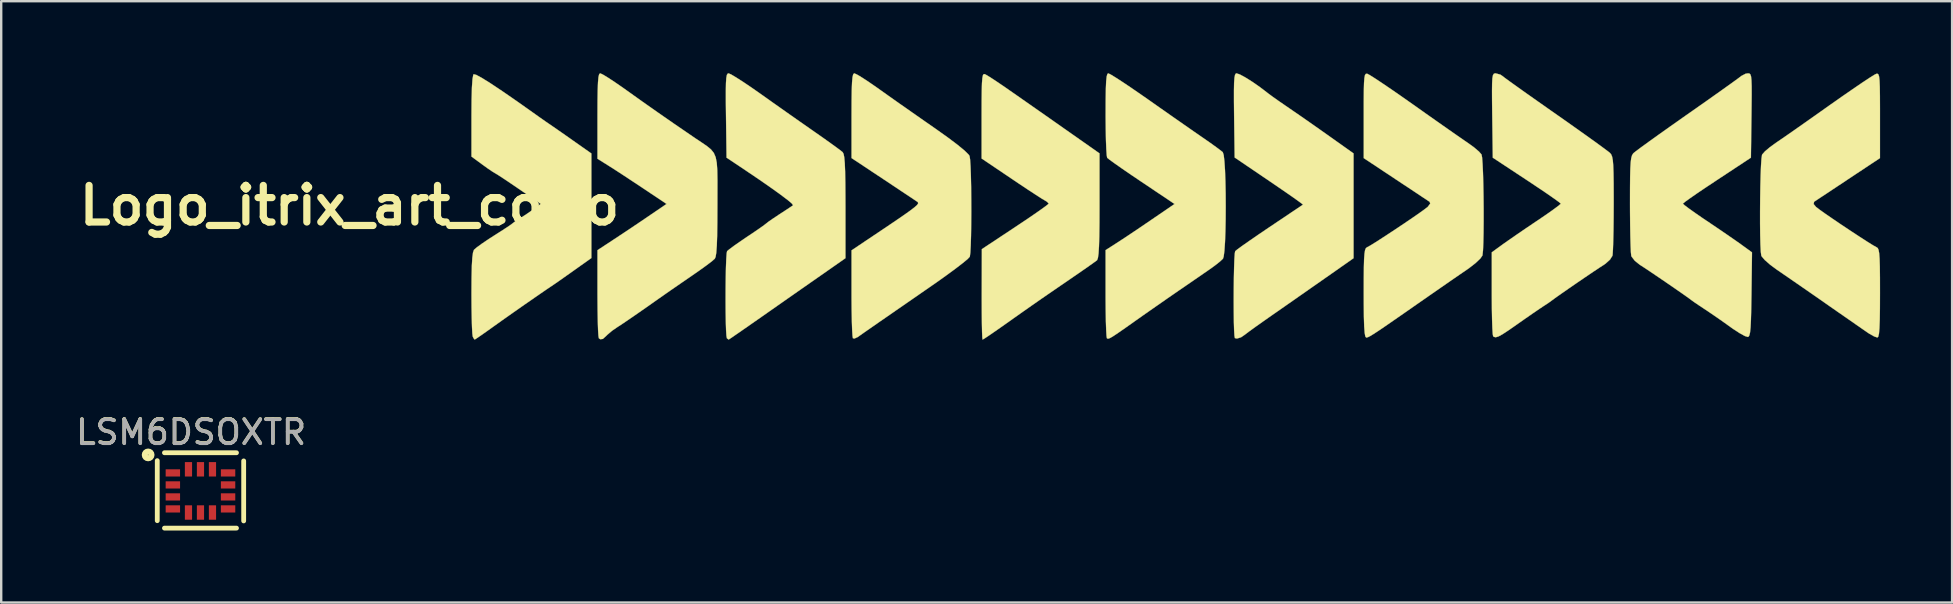
<source format=kicad_pcb>
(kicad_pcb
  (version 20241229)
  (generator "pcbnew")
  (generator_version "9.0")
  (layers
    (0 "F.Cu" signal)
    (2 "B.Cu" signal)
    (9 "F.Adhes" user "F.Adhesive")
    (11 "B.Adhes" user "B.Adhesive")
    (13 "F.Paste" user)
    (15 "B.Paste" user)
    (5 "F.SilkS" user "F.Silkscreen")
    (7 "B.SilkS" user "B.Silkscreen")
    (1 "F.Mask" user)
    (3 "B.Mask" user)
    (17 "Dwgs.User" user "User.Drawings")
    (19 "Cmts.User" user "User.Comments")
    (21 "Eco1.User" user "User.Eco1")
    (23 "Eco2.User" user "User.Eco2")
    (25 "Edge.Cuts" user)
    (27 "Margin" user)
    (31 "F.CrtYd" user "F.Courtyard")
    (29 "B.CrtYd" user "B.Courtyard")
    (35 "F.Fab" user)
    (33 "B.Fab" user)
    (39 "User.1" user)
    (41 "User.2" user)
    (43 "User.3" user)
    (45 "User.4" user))
  (footprint "Logo_itrix_art_corto"
    (layer "F.Cu")
    (at 11.51 5.508)
    (property "Reference" "Logo_itrix_art_corto" (at 0 0 0) (layer "F.SilkS") (effects (font (size 1.524 1.524) (thickness 0.3))))
    (attr through_hole)
    (fp_poly (pts (xy 37.091 -5.455) (xy 37.326 -5.328) (xy 37.618 -5.144) (xy 37.927 -4.928) (xy 38.111 -4.789) (xy 38.277 -4.66) (xy 38.456 -4.528) (xy 38.681 -4.369) (xy 38.984 -4.16) (xy 39.332 -3.921) (xy 39.639 -3.71) (xy 40.033 -3.435) (xy 40.463 -3.133) (xy 40.877 -2.84) (xy 41.825 -2.167) (xy 41.825 2.198) (xy 40.645 3.025) (xy 40.145 3.374) (xy 39.592 3.761) (xy 39.042 4.145) (xy 38.556 4.484) (xy 38.429 4.572) (xy 38.058 4.832) (xy 37.733 5.062) (xy 37.481 5.244) (xy 37.33 5.358) (xy 37.302 5.381) (xy 37.138 5.493) (xy 36.969 5.545) (xy 36.881 5.526) (xy 36.863 5.426) (xy 36.849 5.188) (xy 36.839 4.842) (xy 36.834 4.42) (xy 36.832 3.952) (xy 36.834 3.468) (xy 36.84 3) (xy 36.849 2.579) (xy 36.861 2.235) (xy 36.877 2) (xy 36.895 1.904) (xy 36.982 1.833) (xy 37.187 1.683) (xy 37.488 1.472) (xy 37.862 1.214) (xy 38.287 0.927) (xy 38.339 0.892) (xy 39.721 -0.036) (xy 39.488 -0.208) (xy 39.341 -0.313) (xy 39.082 -0.493) (xy 38.742 -0.727) (xy 38.348 -0.996) (xy 38.064 -1.189) (xy 36.872 -1.997) (xy 36.849 -3.75) (xy 36.843 -4.346) (xy 36.843 -4.793) (xy 36.849 -5.111) (xy 36.864 -5.321) (xy 36.888 -5.442) (xy 36.923 -5.496) (xy 36.951 -5.503) (xy 37.091 -5.455)) (stroke (width 0.01) (type solid)) (fill yes) (layer "F.SilkS"))
    (fp_poly (pts (xy 26.466 -5.47) (xy 26.585 -5.403) (xy 26.81 -5.26) (xy 27.11 -5.059) (xy 27.454 -4.823) (xy 27.48 -4.804) (xy 27.784 -4.592) (xy 28.032 -4.419) (xy 28.25 -4.267) (xy 28.463 -4.118) (xy 28.697 -3.954) (xy 28.979 -3.757) (xy 29.334 -3.508) (xy 29.788 -3.189) (xy 30.078 -2.986) (xy 31.242 -2.169) (xy 31.242 0.013) (xy 31.24 0.727) (xy 31.233 1.287) (xy 31.22 1.707) (xy 31.202 2.002) (xy 31.176 2.187) (xy 31.143 2.277) (xy 31.136 2.285) (xy 31.03 2.363) (xy 30.813 2.517) (xy 30.514 2.726) (xy 30.161 2.969) (xy 30.057 3.041) (xy 29.535 3.398) (xy 29.113 3.688) (xy 28.751 3.938) (xy 28.409 4.176) (xy 28.047 4.43) (xy 27.625 4.728) (xy 27.366 4.912) (xy 27.017 5.157) (xy 26.72 5.363) (xy 26.499 5.511) (xy 26.382 5.583) (xy 26.371 5.588) (xy 26.36 5.507) (xy 26.35 5.281) (xy 26.343 4.934) (xy 26.338 4.49) (xy 26.336 3.972) (xy 26.336 3.704) (xy 26.341 1.82) (xy 27.733 0.899) (xy 28.16 0.614) (xy 28.534 0.359) (xy 28.833 0.15) (xy 29.037 0.001) (xy 29.124 -0.072) (xy 29.125 -0.076) (xy 29.059 -0.151) (xy 28.958 -0.213) (xy 28.834 -0.286) (xy 28.597 -0.438) (xy 28.274 -0.649) (xy 27.89 -0.904) (xy 27.561 -1.126) (xy 26.331 -1.955) (xy 26.331 -3.738) (xy 26.332 -4.333) (xy 26.337 -4.779) (xy 26.346 -5.096) (xy 26.362 -5.303) (xy 26.385 -5.421) (xy 26.418 -5.471) (xy 26.462 -5.471) (xy 26.466 -5.47)) (stroke (width 0.01) (type solid)) (fill yes) (layer "F.SilkS"))
    (fp_poly (pts (xy 10.548 -5.456) (xy 10.762 -5.327) (xy 11.057 -5.133) (xy 11.404 -4.893) (xy 11.521 -4.81) (xy 12.177 -4.342) (xy 12.827 -3.885) (xy 13.517 -3.406) (xy 14.296 -2.873) (xy 14.398 -2.803) (xy 14.679 -2.616) (xy 14.896 -2.467) (xy 15.059 -2.332) (xy 15.175 -2.188) (xy 15.252 -2.011) (xy 15.298 -1.778) (xy 15.32 -1.463) (xy 15.327 -1.045) (xy 15.326 -0.498) (xy 15.325 -0.001) (xy 15.322 0.708) (xy 15.314 1.262) (xy 15.3 1.676) (xy 15.279 1.964) (xy 15.25 2.142) (xy 15.219 2.215) (xy 15.11 2.313) (xy 14.892 2.48) (xy 14.596 2.694) (xy 14.266 2.923) (xy 13.852 3.208) (xy 13.362 3.546) (xy 12.862 3.895) (xy 12.446 4.188) (xy 12.064 4.455) (xy 11.705 4.703) (xy 11.405 4.907) (xy 11.199 5.042) (xy 11.17 5.06) (xy 10.935 5.222) (xy 10.74 5.388) (xy 10.713 5.416) (xy 10.555 5.56) (xy 10.443 5.574) (xy 10.386 5.532) (xy 10.369 5.434) (xy 10.354 5.192) (xy 10.342 4.832) (xy 10.334 4.38) (xy 10.33 3.861) (xy 10.329 3.669) (xy 10.329 1.864) (xy 11.028 1.405) (xy 11.427 1.141) (xy 11.886 0.834) (xy 12.326 0.537) (xy 12.466 0.442) (xy 13.206 -0.062) (xy 12.255 -0.698) (xy 11.849 -0.967) (xy 11.445 -1.234) (xy 11.087 -1.467) (xy 10.822 -1.636) (xy 10.816 -1.64) (xy 10.329 -1.945) (xy 10.329 -3.724) (xy 10.331 -4.337) (xy 10.338 -4.799) (xy 10.351 -5.129) (xy 10.37 -5.344) (xy 10.398 -5.462) (xy 10.436 -5.503) (xy 10.441 -5.503) (xy 10.548 -5.456)) (stroke (width 0.01) (type solid)) (fill yes) (layer "F.SilkS"))
    (fp_poly (pts (xy 5.279 -5.439) (xy 5.516 -5.311) (xy 5.878 -5.085) (xy 6.363 -4.762) (xy 6.967 -4.345) (xy 7.637 -3.871) (xy 7.909 -3.678) (xy 8.157 -3.504) (xy 8.297 -3.408) (xy 8.452 -3.302) (xy 8.707 -3.125) (xy 9.024 -2.904) (xy 9.292 -2.715) (xy 10.075 -2.165) (xy 10.075 2.19) (xy 9.377 2.686) (xy 9.059 2.911) (xy 8.776 3.111) (xy 8.566 3.257) (xy 8.494 3.306) (xy 8.179 3.518) (xy 7.769 3.801) (xy 7.303 4.123) (xy 6.824 4.458) (xy 6.374 4.775) (xy 5.993 5.047) (xy 5.986 5.052) (xy 5.682 5.269) (xy 5.431 5.444) (xy 5.265 5.557) (xy 5.212 5.588) (xy 5.161 5.522) (xy 5.131 5.454) (xy 5.116 5.331) (xy 5.102 5.067) (xy 5.091 4.69) (xy 5.083 4.229) (xy 5.08 3.711) (xy 5.08 3.65) (xy 5.084 3.01) (xy 5.095 2.524) (xy 5.115 2.179) (xy 5.145 1.958) (xy 5.185 1.848) (xy 5.186 1.847) (xy 5.301 1.747) (xy 5.523 1.585) (xy 5.816 1.388) (xy 6.011 1.263) (xy 6.319 1.067) (xy 6.57 0.904) (xy 6.732 0.793) (xy 6.773 0.761) (xy 6.867 0.688) (xy 7.048 0.569) (xy 7.112 0.53) (xy 7.391 0.349) (xy 7.669 0.155) (xy 7.686 0.142) (xy 7.964 -0.064) (xy 7.054 -0.688) (xy 6.706 -0.925) (xy 6.406 -1.126) (xy 6.182 -1.272) (xy 6.063 -1.344) (xy 6.056 -1.347) (xy 5.947 -1.413) (xy 5.747 -1.549) (xy 5.524 -1.71) (xy 5.08 -2.037) (xy 5.08 -3.723) (xy 5.085 -4.405) (xy 5.099 -4.919) (xy 5.123 -5.265) (xy 5.156 -5.442) (xy 5.172 -5.466) (xy 5.279 -5.439)) (stroke (width 0.01) (type solid)) (fill yes) (layer "F.SilkS"))
    (fp_poly (pts (xy 21.135 -5.456) (xy 21.351 -5.327) (xy 21.644 -5.135) (xy 21.987 -4.898) (xy 22.064 -4.843) (xy 22.445 -4.572) (xy 22.921 -4.236) (xy 23.448 -3.867) (xy 23.98 -3.495) (xy 24.369 -3.225) (xy 24.897 -2.85) (xy 25.317 -2.535) (xy 25.619 -2.287) (xy 25.793 -2.115) (xy 25.829 -2.059) (xy 25.851 -1.916) (xy 25.87 -1.634) (xy 25.884 -1.244) (xy 25.894 -0.777) (xy 25.899 -0.262) (xy 25.901 0.271) (xy 25.897 0.79) (xy 25.89 1.265) (xy 25.878 1.667) (xy 25.862 1.965) (xy 25.841 2.128) (xy 25.837 2.139) (xy 25.752 2.23) (xy 25.548 2.399) (xy 25.247 2.631) (xy 24.868 2.909) (xy 24.435 3.218) (xy 24.255 3.342) (xy 23.754 3.689) (xy 23.249 4.039) (xy 22.775 4.366) (xy 22.367 4.649) (xy 22.058 4.862) (xy 22.024 4.886) (xy 21.708 5.105) (xy 21.433 5.297) (xy 21.237 5.435) (xy 21.17 5.483) (xy 21.032 5.545) (xy 20.97 5.532) (xy 20.953 5.434) (xy 20.938 5.192) (xy 20.926 4.833) (xy 20.917 4.38) (xy 20.913 3.861) (xy 20.913 3.673) (xy 20.913 1.871) (xy 22.119 1.062) (xy 22.647 0.707) (xy 23.048 0.433) (xy 23.337 0.229) (xy 23.53 0.082) (xy 23.642 -0.018) (xy 23.687 -0.084) (xy 23.68 -0.128) (xy 23.66 -0.148) (xy 23.564 -0.213) (xy 23.35 -0.356) (xy 23.043 -0.56) (xy 22.666 -0.811) (xy 22.243 -1.092) (xy 22.242 -1.093) (xy 20.913 -1.974) (xy 20.913 -3.739) (xy 20.915 -4.346) (xy 20.921 -4.803) (xy 20.934 -5.129) (xy 20.953 -5.341) (xy 20.981 -5.459) (xy 21.018 -5.502) (xy 21.027 -5.503) (xy 21.135 -5.456)) (stroke (width 0.01) (type solid)) (fill yes) (layer "F.SilkS"))
    (fp_poly (pts (xy 31.705 -5.456) (xy 31.92 -5.325) (xy 32.23 -5.124) (xy 32.613 -4.866) (xy 33.048 -4.566) (xy 33.251 -4.424) (xy 33.755 -4.07) (xy 34.265 -3.713) (xy 34.746 -3.377) (xy 35.164 -3.086) (xy 35.484 -2.865) (xy 35.526 -2.836) (xy 35.844 -2.615) (xy 36.117 -2.419) (xy 36.31 -2.274) (xy 36.379 -2.216) (xy 36.416 -2.097) (xy 36.446 -1.836) (xy 36.47 -1.464) (xy 36.487 -1.008) (xy 36.497 -0.496) (xy 36.5 0.041) (xy 36.497 0.577) (xy 36.487 1.082) (xy 36.47 1.528) (xy 36.446 1.886) (xy 36.415 2.128) (xy 36.386 2.218) (xy 36.262 2.335) (xy 36.047 2.505) (xy 35.832 2.66) (xy 35.578 2.835) (xy 35.234 3.072) (xy 34.846 3.339) (xy 34.52 3.562) (xy 34.077 3.868) (xy 33.569 4.222) (xy 33.069 4.571) (xy 32.766 4.785) (xy 32.343 5.084) (xy 32.037 5.297) (xy 31.828 5.437) (xy 31.695 5.517) (xy 31.617 5.549) (xy 31.573 5.546) (xy 31.549 5.529) (xy 31.534 5.432) (xy 31.52 5.191) (xy 31.508 4.832) (xy 31.5 4.38) (xy 31.496 3.861) (xy 31.496 3.668) (xy 31.496 1.861) (xy 31.96 1.564) (xy 32.21 1.401) (xy 32.555 1.172) (xy 32.952 0.905) (xy 33.357 0.63) (xy 33.396 0.603) (xy 34.368 -0.061) (xy 32.996 -0.981) (xy 32.568 -1.269) (xy 32.188 -1.53) (xy 31.879 -1.747) (xy 31.663 -1.903) (xy 31.563 -1.984) (xy 31.561 -1.987) (xy 31.542 -2.095) (xy 31.525 -2.345) (xy 31.511 -2.711) (xy 31.502 -3.165) (xy 31.497 -3.681) (xy 31.497 -3.789) (xy 31.499 -4.392) (xy 31.506 -4.844) (xy 31.519 -5.163) (xy 31.54 -5.367) (xy 31.57 -5.475) (xy 31.606 -5.503) (xy 31.705 -5.456)) (stroke (width 0.01) (type solid)) (fill yes) (layer "F.SilkS"))
    (fp_poly (pts (xy 15.898 -5.456) (xy 16.118 -5.325) (xy 16.426 -5.127) (xy 16.796 -4.876) (xy 17.139 -4.636) (xy 17.64 -4.28) (xy 18.192 -3.891) (xy 18.74 -3.506) (xy 19.228 -3.165) (xy 19.396 -3.048) (xy 19.77 -2.786) (xy 20.099 -2.551) (xy 20.357 -2.363) (xy 20.515 -2.242) (xy 20.545 -2.216) (xy 20.582 -2.145) (xy 20.61 -1.999) (xy 20.631 -1.761) (xy 20.645 -1.415) (xy 20.654 -0.943) (xy 20.658 -0.328) (xy 20.659 0.046) (xy 20.659 2.197) (xy 19.622 2.922) (xy 19.199 3.217) (xy 18.686 3.575) (xy 18.13 3.964) (xy 17.577 4.351) (xy 17.197 4.617) (xy 16.774 4.912) (xy 16.401 5.172) (xy 16.1 5.38) (xy 15.892 5.523) (xy 15.796 5.586) (xy 15.793 5.588) (xy 15.729 5.541) (xy 15.72 5.532) (xy 15.701 5.431) (xy 15.686 5.192) (xy 15.675 4.845) (xy 15.668 4.422) (xy 15.666 3.952) (xy 15.667 3.468) (xy 15.672 3) (xy 15.681 2.579) (xy 15.694 2.235) (xy 15.71 1.999) (xy 15.728 1.905) (xy 15.821 1.826) (xy 16.023 1.676) (xy 16.303 1.481) (xy 16.552 1.312) (xy 16.867 1.101) (xy 17.127 0.922) (xy 17.3 0.797) (xy 17.357 0.752) (xy 17.444 0.683) (xy 17.634 0.551) (xy 17.887 0.382) (xy 17.905 0.371) (xy 18.164 0.202) (xy 18.368 0.068) (xy 18.475 -0.004) (xy 18.477 -0.005) (xy 18.436 -0.07) (xy 18.263 -0.218) (xy 17.97 -0.44) (xy 17.568 -0.729) (xy 17.067 -1.077) (xy 16.478 -1.475) (xy 16.256 -1.624) (xy 15.706 -1.99) (xy 15.683 -3.747) (xy 15.676 -4.341) (xy 15.676 -4.786) (xy 15.682 -5.103) (xy 15.696 -5.313) (xy 15.719 -5.436) (xy 15.754 -5.492) (xy 15.79 -5.503) (xy 15.898 -5.456)) (stroke (width 0.01) (type solid)) (fill yes) (layer "F.SilkS"))
    (fp_poly (pts (xy 42.402 -5.483) (xy 42.511 -5.424) (xy 42.737 -5.281) (xy 43.06 -5.066) (xy 43.46 -4.794) (xy 43.916 -4.477) (xy 44.329 -4.187) (xy 44.84 -3.825) (xy 45.334 -3.477) (xy 45.785 -3.161) (xy 46.166 -2.895) (xy 46.453 -2.697) (xy 46.585 -2.607) (xy 46.845 -2.419) (xy 47.052 -2.242) (xy 47.157 -2.121) (xy 47.18 -1.995) (xy 47.2 -1.73) (xy 47.217 -1.354) (xy 47.23 -0.898) (xy 47.239 -0.391) (xy 47.244 0.138) (xy 47.244 0.658) (xy 47.24 1.141) (xy 47.231 1.556) (xy 47.217 1.875) (xy 47.197 2.067) (xy 47.193 2.087) (xy 47.103 2.216) (xy 46.906 2.402) (xy 46.638 2.611) (xy 46.539 2.68) (xy 46.274 2.861) (xy 45.905 3.115) (xy 45.466 3.419) (xy 44.992 3.748) (xy 44.536 4.065) (xy 43.945 4.477) (xy 43.476 4.802) (xy 43.116 5.051) (xy 42.847 5.233) (xy 42.655 5.358) (xy 42.524 5.438) (xy 42.438 5.482) (xy 42.383 5.5) (xy 42.35 5.503) (xy 42.315 5.457) (xy 42.288 5.309) (xy 42.268 5.044) (xy 42.256 4.649) (xy 42.25 4.108) (xy 42.249 3.65) (xy 42.25 3.037) (xy 42.255 2.572) (xy 42.264 2.236) (xy 42.281 2.005) (xy 42.305 1.86) (xy 42.338 1.781) (xy 42.383 1.745) (xy 42.386 1.743) (xy 42.51 1.676) (xy 42.744 1.532) (xy 43.056 1.331) (xy 43.417 1.095) (xy 43.797 0.842) (xy 44.165 0.594) (xy 44.492 0.369) (xy 44.747 0.188) (xy 44.901 0.071) (xy 44.915 0.06) (xy 45.019 -0.079) (xy 44.993 -0.152) (xy 44.897 -0.216) (xy 44.684 -0.357) (xy 44.377 -0.561) (xy 44 -0.811) (xy 43.577 -1.091) (xy 43.576 -1.092) (xy 42.249 -1.972) (xy 42.249 -3.747) (xy 42.249 -4.339) (xy 42.253 -4.781) (xy 42.261 -5.096) (xy 42.276 -5.303) (xy 42.299 -5.424) (xy 42.332 -5.478) (xy 42.377 -5.488) (xy 42.402 -5.483)) (stroke (width 0.01) (type solid)) (fill yes) (layer "F.SilkS"))
    (fp_poly (pts (xy 58.314 -5.496) (xy 58.354 -5.461) (xy 58.383 -5.377) (xy 58.4 -5.222) (xy 58.409 -4.974) (xy 58.41 -4.613) (xy 58.405 -4.117) (xy 58.401 -3.747) (xy 58.378 -1.99) (xy 56.964 -1.058) (xy 56.533 -0.772) (xy 56.154 -0.517) (xy 55.85 -0.306) (xy 55.641 -0.156) (xy 55.548 -0.08) (xy 55.545 -0.075) (xy 55.61 -0.012) (xy 55.792 0.126) (xy 56.065 0.32) (xy 56.403 0.553) (xy 56.536 0.642) (xy 56.943 0.916) (xy 57.343 1.189) (xy 57.694 1.431) (xy 57.951 1.612) (xy 57.977 1.631) (xy 58.423 1.955) (xy 58.401 3.707) (xy 58.391 4.305) (xy 58.379 4.754) (xy 58.364 5.075) (xy 58.342 5.288) (xy 58.313 5.412) (xy 58.275 5.469) (xy 58.251 5.479) (xy 58.128 5.441) (xy 57.911 5.322) (xy 57.638 5.145) (xy 57.531 5.069) (xy 57.183 4.82) (xy 56.816 4.566) (xy 56.504 4.355) (xy 56.474 4.335) (xy 56.221 4.168) (xy 56.02 4.032) (xy 55.923 3.962) (xy 55.801 3.871) (xy 55.571 3.708) (xy 55.266 3.496) (xy 54.919 3.257) (xy 54.563 3.014) (xy 54.23 2.789) (xy 53.954 2.604) (xy 53.767 2.483) (xy 53.752 2.474) (xy 53.546 2.311) (xy 53.41 2.138) (xy 53.393 2.095) (xy 53.379 1.958) (xy 53.366 1.679) (xy 53.355 1.283) (xy 53.347 0.798) (xy 53.342 0.25) (xy 53.341 -0.064) (xy 53.342 -0.698) (xy 53.346 -1.185) (xy 53.355 -1.545) (xy 53.37 -1.801) (xy 53.393 -1.974) (xy 53.425 -2.086) (xy 53.468 -2.158) (xy 53.488 -2.18) (xy 53.593 -2.265) (xy 53.819 -2.433) (xy 54.146 -2.67) (xy 54.558 -2.965) (xy 55.034 -3.303) (xy 55.557 -3.671) (xy 55.753 -3.809) (xy 56.286 -4.182) (xy 56.777 -4.528) (xy 57.208 -4.834) (xy 57.561 -5.086) (xy 57.818 -5.272) (xy 57.961 -5.379) (xy 57.982 -5.396) (xy 58.159 -5.488) (xy 58.258 -5.503) (xy 58.314 -5.496)) (stroke (width 0.01) (type solid)) (fill yes) (layer "F.SilkS"))
    (fp_poly (pts (xy 47.941 -5.45) (xy 48.021 -5.396) (xy 48.117 -5.322) (xy 48.333 -5.164) (xy 48.652 -4.935) (xy 49.056 -4.648) (xy 49.527 -4.316) (xy 50.046 -3.951) (xy 50.25 -3.809) (xy 50.785 -3.433) (xy 51.28 -3.082) (xy 51.717 -2.771) (xy 52.077 -2.511) (xy 52.341 -2.316) (xy 52.492 -2.2) (xy 52.514 -2.18) (xy 52.562 -2.118) (xy 52.598 -2.024) (xy 52.625 -1.878) (xy 52.643 -1.658) (xy 52.654 -1.341) (xy 52.66 -0.907) (xy 52.662 -0.333) (xy 52.662 -0.064) (xy 52.659 0.507) (xy 52.653 1.03) (xy 52.643 1.477) (xy 52.631 1.822) (xy 52.618 2.04) (xy 52.61 2.095) (xy 52.508 2.257) (xy 52.316 2.43) (xy 52.251 2.474) (xy 52.077 2.586) (xy 51.809 2.764) (xy 51.481 2.986) (xy 51.126 3.228) (xy 50.776 3.469) (xy 50.464 3.686) (xy 50.223 3.856) (xy 50.086 3.957) (xy 50.078 3.963) (xy 49.95 4.056) (xy 49.757 4.183) (xy 49.739 4.194) (xy 49.569 4.307) (xy 49.3 4.491) (xy 48.971 4.719) (xy 48.673 4.928) (xy 48.298 5.19) (xy 48.035 5.363) (xy 47.858 5.46) (xy 47.745 5.492) (xy 47.67 5.473) (xy 47.639 5.447) (xy 47.622 5.349) (xy 47.607 5.108) (xy 47.595 4.75) (xy 47.587 4.301) (xy 47.583 3.788) (xy 47.583 3.672) (xy 47.583 1.953) (xy 48.027 1.63) (xy 48.268 1.46) (xy 48.607 1.225) (xy 49.002 0.955) (xy 49.411 0.679) (xy 49.467 0.642) (xy 49.823 0.4) (xy 50.122 0.19) (xy 50.339 0.03) (xy 50.449 -0.062) (xy 50.457 -0.075) (xy 50.388 -0.135) (xy 50.199 -0.273) (xy 49.911 -0.474) (xy 49.544 -0.722) (xy 49.122 -1.004) (xy 49.039 -1.058) (xy 47.625 -1.99) (xy 47.602 -3.747) (xy 47.595 -4.334) (xy 47.593 -4.773) (xy 47.597 -5.086) (xy 47.608 -5.294) (xy 47.63 -5.418) (xy 47.663 -5.48) (xy 47.71 -5.501) (xy 47.744 -5.503) (xy 47.941 -5.45)) (stroke (width 0.01) (type solid)) (fill yes) (layer "F.SilkS"))
    (fp_poly (pts (xy 63.69 -5.456) (xy 63.717 -5.369) (xy 63.736 -5.205) (xy 63.747 -4.943) (xy 63.752 -4.563) (xy 63.754 -4.044) (xy 63.754 -3.747) (xy 63.754 -1.972) (xy 62.426 -1.092) (xy 62.003 -0.811) (xy 61.627 -0.561) (xy 61.319 -0.358) (xy 61.106 -0.216) (xy 61.009 -0.152) (xy 61.009 -0.152) (xy 60.991 -0.057) (xy 61.088 0.06) (xy 61.222 0.164) (xy 61.463 0.336) (xy 61.78 0.554) (xy 62.144 0.801) (xy 62.524 1.054) (xy 62.89 1.294) (xy 63.212 1.502) (xy 63.461 1.657) (xy 63.605 1.738) (xy 63.616 1.743) (xy 63.662 1.777) (xy 63.696 1.854) (xy 63.721 1.994) (xy 63.738 2.219) (xy 63.748 2.549) (xy 63.753 3.005) (xy 63.754 3.609) (xy 63.754 3.65) (xy 63.752 4.285) (xy 63.745 4.768) (xy 63.732 5.114) (xy 63.712 5.341) (xy 63.684 5.465) (xy 63.647 5.503) (xy 63.647 5.503) (xy 63.515 5.458) (xy 63.314 5.346) (xy 63.245 5.301) (xy 63.086 5.191) (xy 62.814 5.002) (xy 62.456 4.753) (xy 62.038 4.463) (xy 61.587 4.149) (xy 61.509 4.094) (xy 61.028 3.759) (xy 60.55 3.428) (xy 60.109 3.123) (xy 59.738 2.868) (xy 59.472 2.685) (xy 59.463 2.68) (xy 59.18 2.471) (xy 58.955 2.274) (xy 58.826 2.122) (xy 58.81 2.087) (xy 58.789 1.923) (xy 58.774 1.628) (xy 58.764 1.229) (xy 58.759 0.757) (xy 58.759 0.242) (xy 58.763 -0.287) (xy 58.771 -0.801) (xy 58.783 -1.27) (xy 58.799 -1.664) (xy 58.818 -1.953) (xy 58.841 -2.109) (xy 58.846 -2.121) (xy 58.959 -2.25) (xy 59.169 -2.428) (xy 59.417 -2.607) (xy 59.622 -2.747) (xy 59.939 -2.966) (xy 60.344 -3.249) (xy 60.809 -3.576) (xy 61.311 -3.93) (xy 61.674 -4.187) (xy 62.162 -4.53) (xy 62.611 -4.84) (xy 62.999 -5.105) (xy 63.308 -5.309) (xy 63.517 -5.44) (xy 63.6 -5.483) (xy 63.651 -5.487) (xy 63.69 -5.456)) (stroke (width 0.01) (type solid)) (fill yes) (layer "F.SilkS")))
  (footprint "LSM6DSOXTR"
    (layer "F.Cu")
    (at 5.301 17.4)
    (property "Reference" "LSM6DSOXTR" (at -0.39 -2.45 0) (layer "F.SilkS") (effects (font (size 1 1) (thickness 0.15))))
    (attr smd)
    (fp_line (start -1.8 1.24) (end -1.8 -1.26) (stroke (width 0.2) (type solid)) (layer "F.SilkS"))
    (fp_line (start -1.5 -1.59) (end 1.5 -1.59) (stroke (width 0.2) (type solid)) (layer "F.SilkS"))
    (fp_line (start 1.5 1.55) (end -1.5 1.55) (stroke (width 0.2) (type solid)) (layer "F.SilkS"))
    (fp_line (start 1.8 -1.25) (end 1.8 1.25) (stroke (width 0.2) (type solid)) (layer "F.SilkS"))
    (fp_circle (center -2.18 -1.5) (end -2.18 -1.488) (stroke (width 0.254) (type solid)) (fill no) (layer "F.SilkS"))
    (fp_text user "${REFERENCE}" (at -0.39 -2.44 0) (layer "F.Fab") (effects (font (size 1 1) (thickness 0.15))))
    (pad "1" smd rect (at -1.15 -0.75 90) (size 0.3 0.6) (layers "F.Cu" "F.Mask" "F.Paste"))
    (pad "2" smd rect (at -1.15 -0.25 90) (size 0.3 0.6) (layers "F.Cu" "F.Mask" "F.Paste"))
    (pad "3" smd rect (at -1.15 0.25 90) (size 0.3 0.6) (layers "F.Cu" "F.Mask" "F.Paste"))
    (pad "4" smd rect (at -1.15 0.75 90) (size 0.3 0.6) (layers "F.Cu" "F.Mask" "F.Paste"))
    (pad "5" smd rect (at -0.5 0.9) (size 0.3 0.6) (layers "F.Cu" "F.Mask" "F.Paste"))
    (pad "6" smd rect (at 0 0.9) (size 0.3 0.6) (layers "F.Cu" "F.Mask" "F.Paste"))
    (pad "7" smd rect (at 0.5 0.9) (size 0.3 0.6) (layers "F.Cu" "F.Mask" "F.Paste"))
    (pad "8" smd rect (at 1.15 0.75 90) (size 0.3 0.6) (layers "F.Cu" "F.Mask" "F.Paste"))
    (pad "9" smd rect (at 1.15 0.25 90) (size 0.3 0.6) (layers "F.Cu" "F.Mask" "F.Paste"))
    (pad "10" smd rect (at 1.15 -0.25 90) (size 0.3 0.6) (layers "F.Cu" "F.Mask" "F.Paste"))
    (pad "11" smd rect (at 1.15 -0.75 90) (size 0.3 0.6) (layers "F.Cu" "F.Mask" "F.Paste"))
    (pad "12" smd rect (at 0.5 -0.9) (size 0.3 0.6) (layers "F.Cu" "F.Mask" "F.Paste"))
    (pad "13" smd rect (at 0 -0.9) (size 0.3 0.6) (layers "F.Cu" "F.Mask" "F.Paste"))
    (pad "14" smd rect (at -0.5 -0.9) (size 0.3 0.6) (layers "F.Cu" "F.Mask" "F.Paste")))
  (gr_rect
    (start -3 -3)
    (end 78.269 22.05)
    (stroke (width 0.1) (type default))
    (fill no)
    (layer "Edge.Cuts")))
</source>
